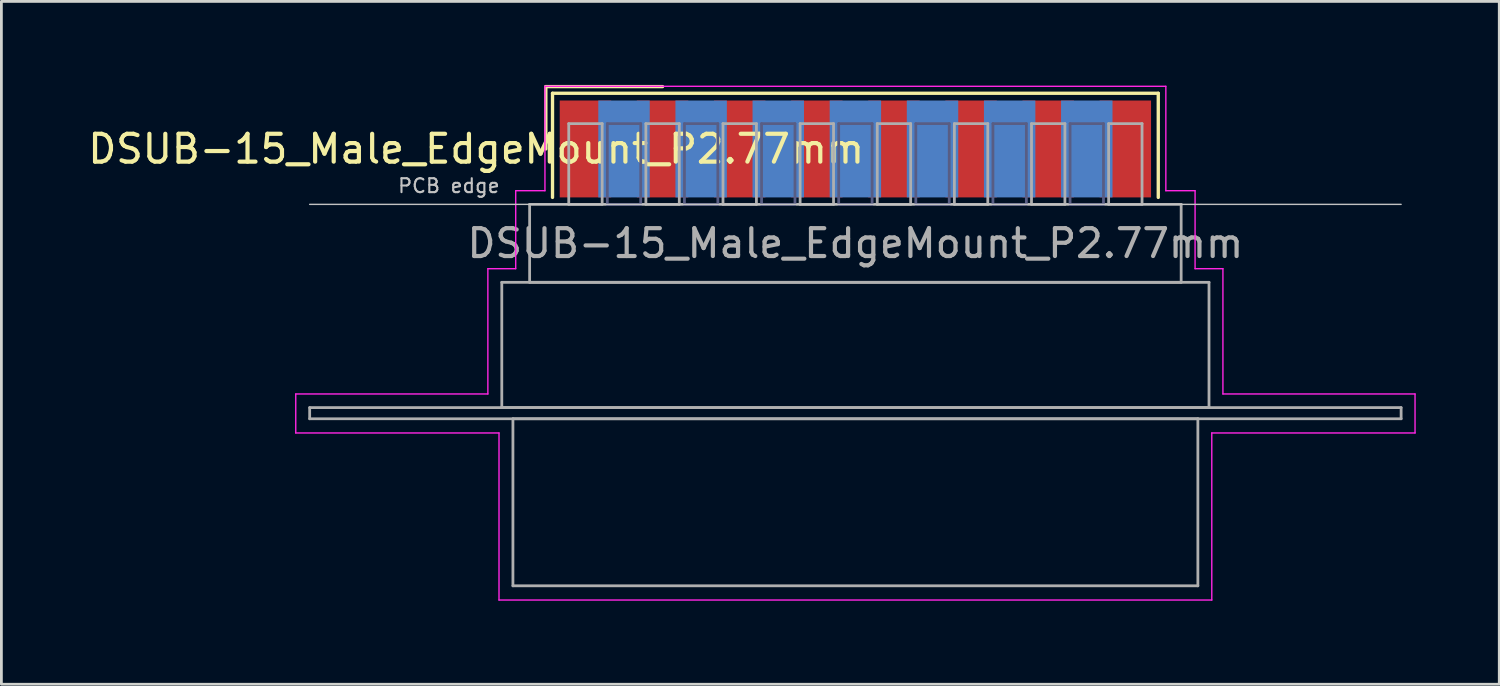
<source format=kicad_pcb>
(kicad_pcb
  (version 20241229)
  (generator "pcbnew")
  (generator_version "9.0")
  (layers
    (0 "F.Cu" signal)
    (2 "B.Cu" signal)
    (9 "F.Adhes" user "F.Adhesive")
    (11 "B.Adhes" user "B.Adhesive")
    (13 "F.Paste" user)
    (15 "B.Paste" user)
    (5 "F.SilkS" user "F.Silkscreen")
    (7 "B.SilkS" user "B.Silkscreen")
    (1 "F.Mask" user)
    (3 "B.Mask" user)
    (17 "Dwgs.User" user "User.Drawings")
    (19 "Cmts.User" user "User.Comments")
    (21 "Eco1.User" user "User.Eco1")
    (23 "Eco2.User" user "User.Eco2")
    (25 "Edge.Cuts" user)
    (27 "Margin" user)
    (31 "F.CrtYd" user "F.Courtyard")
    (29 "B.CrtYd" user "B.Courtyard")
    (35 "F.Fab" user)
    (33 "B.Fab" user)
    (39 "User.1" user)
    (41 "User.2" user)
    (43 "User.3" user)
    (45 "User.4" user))
  (footprint "DSUB-15_Male_EdgeMount_P2.77mm"
    (layer "F.Cu")
    (at 27.672 2.3)
    (property "Reference" "DSUB-15_Male_EdgeMount_P2.77mm" (at -13.618 0 0) (layer "F.SilkS") (effects (font (size 1 1) (thickness 0.15))))
    (attr smd)
    (fp_line (start -11.118 -2.24) (end -6.925 -2.24) (stroke (width 0.12) (type solid)) (layer "F.SilkS"))
    (fp_line (start -11.118 0) (end -11.118 -2.24) (stroke (width 0.12) (type solid)) (layer "F.SilkS"))
    (fp_line (start -10.878 -2) (end -10.878 1.74) (stroke (width 0.12) (type solid)) (layer "F.SilkS"))
    (fp_line (start 10.878 -2) (end -10.878 -2) (stroke (width 0.12) (type solid)) (layer "F.SilkS"))
    (fp_line (start 10.878 1.74) (end 10.878 -2) (stroke (width 0.12) (type solid)) (layer "F.SilkS"))
    (fp_line (start -19.6 1.99) (end 19.6 1.99) (stroke (width 0.05) (type solid)) (layer "Dwgs.User"))
    (fp_line (start -20.1 8.8) (end -13.2 8.8) (stroke (width 0.05) (type solid)) (layer "F.CrtYd"))
    (fp_line (start -20.1 10.2) (end -20.1 8.8) (stroke (width 0.05) (type solid)) (layer "F.CrtYd"))
    (fp_line (start -13.2 4.3) (end -12.2 4.3) (stroke (width 0.05) (type solid)) (layer "F.CrtYd"))
    (fp_line (start -13.2 8.8) (end -13.2 4.3) (stroke (width 0.05) (type solid)) (layer "F.CrtYd"))
    (fp_line (start -12.8 10.2) (end -20.1 10.2) (stroke (width 0.05) (type solid)) (layer "F.CrtYd"))
    (fp_line (start -12.8 16.2) (end -12.8 10.2) (stroke (width 0.05) (type solid)) (layer "F.CrtYd"))
    (fp_line (start -12.2 1.5) (end -11.15 1.5) (stroke (width 0.05) (type solid)) (layer "F.CrtYd"))
    (fp_line (start -12.2 4.3) (end -12.2 1.5) (stroke (width 0.05) (type solid)) (layer "F.CrtYd"))
    (fp_line (start -11.15 -2.25) (end 11.15 -2.25) (stroke (width 0.05) (type solid)) (layer "F.CrtYd"))
    (fp_line (start -11.15 1.5) (end -11.15 -2.25) (stroke (width 0.05) (type solid)) (layer "F.CrtYd"))
    (fp_line (start 11.15 -2.25) (end 11.15 1.5) (stroke (width 0.05) (type solid)) (layer "F.CrtYd"))
    (fp_line (start 11.15 1.5) (end 12.2 1.5) (stroke (width 0.05) (type solid)) (layer "F.CrtYd"))
    (fp_line (start 12.2 1.5) (end 12.2 4.3) (stroke (width 0.05) (type solid)) (layer "F.CrtYd"))
    (fp_line (start 12.2 4.3) (end 13.2 4.3) (stroke (width 0.05) (type solid)) (layer "F.CrtYd"))
    (fp_line (start 12.8 10.2) (end 12.8 16.2) (stroke (width 0.05) (type solid)) (layer "F.CrtYd"))
    (fp_line (start 12.8 16.2) (end -12.8 16.2) (stroke (width 0.05) (type solid)) (layer "F.CrtYd"))
    (fp_line (start 13.2 4.3) (end 13.2 8.8) (stroke (width 0.05) (type solid)) (layer "F.CrtYd"))
    (fp_line (start 13.2 8.8) (end 20.1 8.8) (stroke (width 0.05) (type solid)) (layer "F.CrtYd"))
    (fp_line (start 20.1 8.8) (end 20.1 10.2) (stroke (width 0.05) (type solid)) (layer "F.CrtYd"))
    (fp_line (start 20.1 10.2) (end 12.8 10.2) (stroke (width 0.05) (type solid)) (layer "F.CrtYd"))
    (fp_line (start -8.91 -0.91) (end -8.91 1.99) (stroke (width 0.1) (type solid)) (layer "B.Fab"))
    (fp_line (start -8.91 1.99) (end -7.71 1.99) (stroke (width 0.1) (type solid)) (layer "B.Fab"))
    (fp_line (start -7.71 -0.91) (end -8.91 -0.91) (stroke (width 0.1) (type solid)) (layer "B.Fab"))
    (fp_line (start -7.71 1.99) (end -7.71 -0.91) (stroke (width 0.1) (type solid)) (layer "B.Fab"))
    (fp_line (start -6.14 -0.91) (end -6.14 1.99) (stroke (width 0.1) (type solid)) (layer "B.Fab"))
    (fp_line (start -6.14 1.99) (end -4.94 1.99) (stroke (width 0.1) (type solid)) (layer "B.Fab"))
    (fp_line (start -4.94 -0.91) (end -6.14 -0.91) (stroke (width 0.1) (type solid)) (layer "B.Fab"))
    (fp_line (start -4.94 1.99) (end -4.94 -0.91) (stroke (width 0.1) (type solid)) (layer "B.Fab"))
    (fp_line (start -3.37 -0.91) (end -3.37 1.99) (stroke (width 0.1) (type solid)) (layer "B.Fab"))
    (fp_line (start -3.37 1.99) (end -2.17 1.99) (stroke (width 0.1) (type solid)) (layer "B.Fab"))
    (fp_line (start -2.17 -0.91) (end -3.37 -0.91) (stroke (width 0.1) (type solid)) (layer "B.Fab"))
    (fp_line (start -2.17 1.99) (end -2.17 -0.91) (stroke (width 0.1) (type solid)) (layer "B.Fab"))
    (fp_line (start -0.6 -0.91) (end -0.6 1.99) (stroke (width 0.1) (type solid)) (layer "B.Fab"))
    (fp_line (start -0.6 1.99) (end 0.6 1.99) (stroke (width 0.1) (type solid)) (layer "B.Fab"))
    (fp_line (start 0.6 -0.91) (end -0.6 -0.91) (stroke (width 0.1) (type solid)) (layer "B.Fab"))
    (fp_line (start 0.6 1.99) (end 0.6 -0.91) (stroke (width 0.1) (type solid)) (layer "B.Fab"))
    (fp_line (start 2.17 -0.91) (end 2.17 1.99) (stroke (width 0.1) (type solid)) (layer "B.Fab"))
    (fp_line (start 2.17 1.99) (end 3.37 1.99) (stroke (width 0.1) (type solid)) (layer "B.Fab"))
    (fp_line (start 3.37 -0.91) (end 2.17 -0.91) (stroke (width 0.1) (type solid)) (layer "B.Fab"))
    (fp_line (start 3.37 1.99) (end 3.37 -0.91) (stroke (width 0.1) (type solid)) (layer "B.Fab"))
    (fp_line (start 4.94 -0.91) (end 4.94 1.99) (stroke (width 0.1) (type solid)) (layer "B.Fab"))
    (fp_line (start 4.94 1.99) (end 6.14 1.99) (stroke (width 0.1) (type solid)) (layer "B.Fab"))
    (fp_line (start 6.14 -0.91) (end 4.94 -0.91) (stroke (width 0.1) (type solid)) (layer "B.Fab"))
    (fp_line (start 6.14 1.99) (end 6.14 -0.91) (stroke (width 0.1) (type solid)) (layer "B.Fab"))
    (fp_line (start 7.71 -0.91) (end 7.71 1.99) (stroke (width 0.1) (type solid)) (layer "B.Fab"))
    (fp_line (start 7.71 1.99) (end 8.91 1.99) (stroke (width 0.1) (type solid)) (layer "B.Fab"))
    (fp_line (start 8.91 -0.91) (end 7.71 -0.91) (stroke (width 0.1) (type solid)) (layer "B.Fab"))
    (fp_line (start 8.91 1.99) (end 8.91 -0.91) (stroke (width 0.1) (type solid)) (layer "B.Fab"))
    (fp_line (start -19.6 9.29) (end -19.6 9.69) (stroke (width 0.1) (type solid)) (layer "F.Fab"))
    (fp_line (start -19.6 9.69) (end 19.6 9.69) (stroke (width 0.1) (type solid)) (layer "F.Fab"))
    (fp_line (start -12.7 4.79) (end -12.7 9.29) (stroke (width 0.1) (type solid)) (layer "F.Fab"))
    (fp_line (start -12.7 9.29) (end 12.7 9.29) (stroke (width 0.1) (type solid)) (layer "F.Fab"))
    (fp_line (start -12.3 9.69) (end -12.3 15.69) (stroke (width 0.1) (type solid)) (layer "F.Fab"))
    (fp_line (start -12.3 15.69) (end 12.3 15.69) (stroke (width 0.1) (type solid)) (layer "F.Fab"))
    (fp_line (start -11.7 1.99) (end -11.7 4.79) (stroke (width 0.1) (type solid)) (layer "F.Fab"))
    (fp_line (start -11.7 4.79) (end 11.7 4.79) (stroke (width 0.1) (type solid)) (layer "F.Fab"))
    (fp_line (start -10.295 -0.91) (end -10.295 1.99) (stroke (width 0.1) (type solid)) (layer "F.Fab"))
    (fp_line (start -10.295 1.99) (end -9.095 1.99) (stroke (width 0.1) (type solid)) (layer "F.Fab"))
    (fp_line (start -9.095 -0.91) (end -10.295 -0.91) (stroke (width 0.1) (type solid)) (layer "F.Fab"))
    (fp_line (start -9.095 1.99) (end -9.095 -0.91) (stroke (width 0.1) (type solid)) (layer "F.Fab"))
    (fp_line (start -7.525 -0.91) (end -7.525 1.99) (stroke (width 0.1) (type solid)) (layer "F.Fab"))
    (fp_line (start -7.525 1.99) (end -6.325 1.99) (stroke (width 0.1) (type solid)) (layer "F.Fab"))
    (fp_line (start -6.325 -0.91) (end -7.525 -0.91) (stroke (width 0.1) (type solid)) (layer "F.Fab"))
    (fp_line (start -6.325 1.99) (end -6.325 -0.91) (stroke (width 0.1) (type solid)) (layer "F.Fab"))
    (fp_line (start -4.755 -0.91) (end -4.755 1.99) (stroke (width 0.1) (type solid)) (layer "F.Fab"))
    (fp_line (start -4.755 1.99) (end -3.555 1.99) (stroke (width 0.1) (type solid)) (layer "F.Fab"))
    (fp_line (start -3.555 -0.91) (end -4.755 -0.91) (stroke (width 0.1) (type solid)) (layer "F.Fab"))
    (fp_line (start -3.555 1.99) (end -3.555 -0.91) (stroke (width 0.1) (type solid)) (layer "F.Fab"))
    (fp_line (start -1.985 -0.91) (end -1.985 1.99) (stroke (width 0.1) (type solid)) (layer "F.Fab"))
    (fp_line (start -1.985 1.99) (end -0.785 1.99) (stroke (width 0.1) (type solid)) (layer "F.Fab"))
    (fp_line (start -0.785 -0.91) (end -1.985 -0.91) (stroke (width 0.1) (type solid)) (layer "F.Fab"))
    (fp_line (start -0.785 1.99) (end -0.785 -0.91) (stroke (width 0.1) (type solid)) (layer "F.Fab"))
    (fp_line (start 0.785 -0.91) (end 0.785 1.99) (stroke (width 0.1) (type solid)) (layer "F.Fab"))
    (fp_line (start 0.785 1.99) (end 1.985 1.99) (stroke (width 0.1) (type solid)) (layer "F.Fab"))
    (fp_line (start 1.985 -0.91) (end 0.785 -0.91) (stroke (width 0.1) (type solid)) (layer "F.Fab"))
    (fp_line (start 1.985 1.99) (end 1.985 -0.91) (stroke (width 0.1) (type solid)) (layer "F.Fab"))
    (fp_line (start 3.555 -0.91) (end 3.555 1.99) (stroke (width 0.1) (type solid)) (layer "F.Fab"))
    (fp_line (start 3.555 1.99) (end 4.755 1.99) (stroke (width 0.1) (type solid)) (layer "F.Fab"))
    (fp_line (start 4.755 -0.91) (end 3.555 -0.91) (stroke (width 0.1) (type solid)) (layer "F.Fab"))
    (fp_line (start 4.755 1.99) (end 4.755 -0.91) (stroke (width 0.1) (type solid)) (layer "F.Fab"))
    (fp_line (start 6.325 -0.91) (end 6.325 1.99) (stroke (width 0.1) (type solid)) (layer "F.Fab"))
    (fp_line (start 6.325 1.99) (end 7.525 1.99) (stroke (width 0.1) (type solid)) (layer "F.Fab"))
    (fp_line (start 7.525 -0.91) (end 6.325 -0.91) (stroke (width 0.1) (type solid)) (layer "F.Fab"))
    (fp_line (start 7.525 1.99) (end 7.525 -0.91) (stroke (width 0.1) (type solid)) (layer "F.Fab"))
    (fp_line (start 9.095 -0.91) (end 9.095 1.99) (stroke (width 0.1) (type solid)) (layer "F.Fab"))
    (fp_line (start 9.095 1.99) (end 10.295 1.99) (stroke (width 0.1) (type solid)) (layer "F.Fab"))
    (fp_line (start 10.295 -0.91) (end 9.095 -0.91) (stroke (width 0.1) (type solid)) (layer "F.Fab"))
    (fp_line (start 10.295 1.99) (end 10.295 -0.91) (stroke (width 0.1) (type solid)) (layer "F.Fab"))
    (fp_line (start 11.7 1.99) (end -11.7 1.99) (stroke (width 0.1) (type solid)) (layer "F.Fab"))
    (fp_line (start 11.7 4.79) (end 11.7 1.99) (stroke (width 0.1) (type solid)) (layer "F.Fab"))
    (fp_line (start 12.3 9.69) (end -12.3 9.69) (stroke (width 0.1) (type solid)) (layer "F.Fab"))
    (fp_line (start 12.3 15.69) (end 12.3 9.69) (stroke (width 0.1) (type solid)) (layer "F.Fab"))
    (fp_line (start 12.7 4.79) (end -12.7 4.79) (stroke (width 0.1) (type solid)) (layer "F.Fab"))
    (fp_line (start 12.7 9.29) (end 12.7 4.79) (stroke (width 0.1) (type solid)) (layer "F.Fab"))
    (fp_line (start 19.6 9.29) (end -19.6 9.29) (stroke (width 0.1) (type solid)) (layer "F.Fab"))
    (fp_line (start 19.6 9.69) (end 19.6 9.29) (stroke (width 0.1) (type solid)) (layer "F.Fab"))
    (fp_text user "PCB edge" (at -14.6 1.323 0) (layer "Dwgs.User") (effects (font (size 0.5 0.5) (thickness 0.075))))
    (fp_text user "${REFERENCE}" (at 0 3.39 0) (layer "F.Fab") (effects (font (size 1 1) (thickness 0.15))))
    (pad "1" smd rect (at -9.695 0) (size 1.847 3.48) (layers "F.Cu" "F.Mask" "F.Paste"))
    (pad "2" smd rect (at -6.925 0) (size 1.847 3.48) (layers "F.Cu" "F.Mask" "F.Paste"))
    (pad "3" smd rect (at -4.155 0) (size 1.847 3.48) (layers "F.Cu" "F.Mask" "F.Paste"))
    (pad "4" smd rect (at -1.385 0) (size 1.847 3.48) (layers "F.Cu" "F.Mask" "F.Paste"))
    (pad "5" smd rect (at 1.385 0) (size 1.847 3.48) (layers "F.Cu" "F.Mask" "F.Paste"))
    (pad "6" smd rect (at 4.155 0) (size 1.847 3.48) (layers "F.Cu" "F.Mask" "F.Paste"))
    (pad "7" smd rect (at 6.925 0) (size 1.847 3.48) (layers "F.Cu" "F.Mask" "F.Paste"))
    (pad "8" smd rect (at 9.695 0) (size 1.847 3.48) (layers "F.Cu" "F.Mask" "F.Paste"))
    (pad "9" smd rect (at -8.31 0) (size 1.847 3.48) (layers "B.Cu" "B.Mask" "B.Paste"))
    (pad "10" smd rect (at -5.54 0) (size 1.847 3.48) (layers "B.Cu" "B.Mask" "B.Paste"))
    (pad "11" smd rect (at -2.77 0) (size 1.847 3.48) (layers "B.Cu" "B.Mask" "B.Paste"))
    (pad "12" smd rect (at 0 0) (size 1.847 3.48) (layers "B.Cu" "B.Mask" "B.Paste"))
    (pad "13" smd rect (at 2.77 0) (size 1.847 3.48) (layers "B.Cu" "B.Mask" "B.Paste"))
    (pad "14" smd rect (at 5.54 0) (size 1.847 3.48) (layers "B.Cu" "B.Mask" "B.Paste"))
    (pad "15" smd rect (at 8.31 0) (size 1.847 3.48) (layers "B.Cu" "B.Mask" "B.Paste")))
  (gr_rect
    (start -3 -3)
    (end 50.797 21.525)
    (stroke (width 0.1) (type default))
    (fill no)
    (layer "Edge.Cuts")))
</source>
